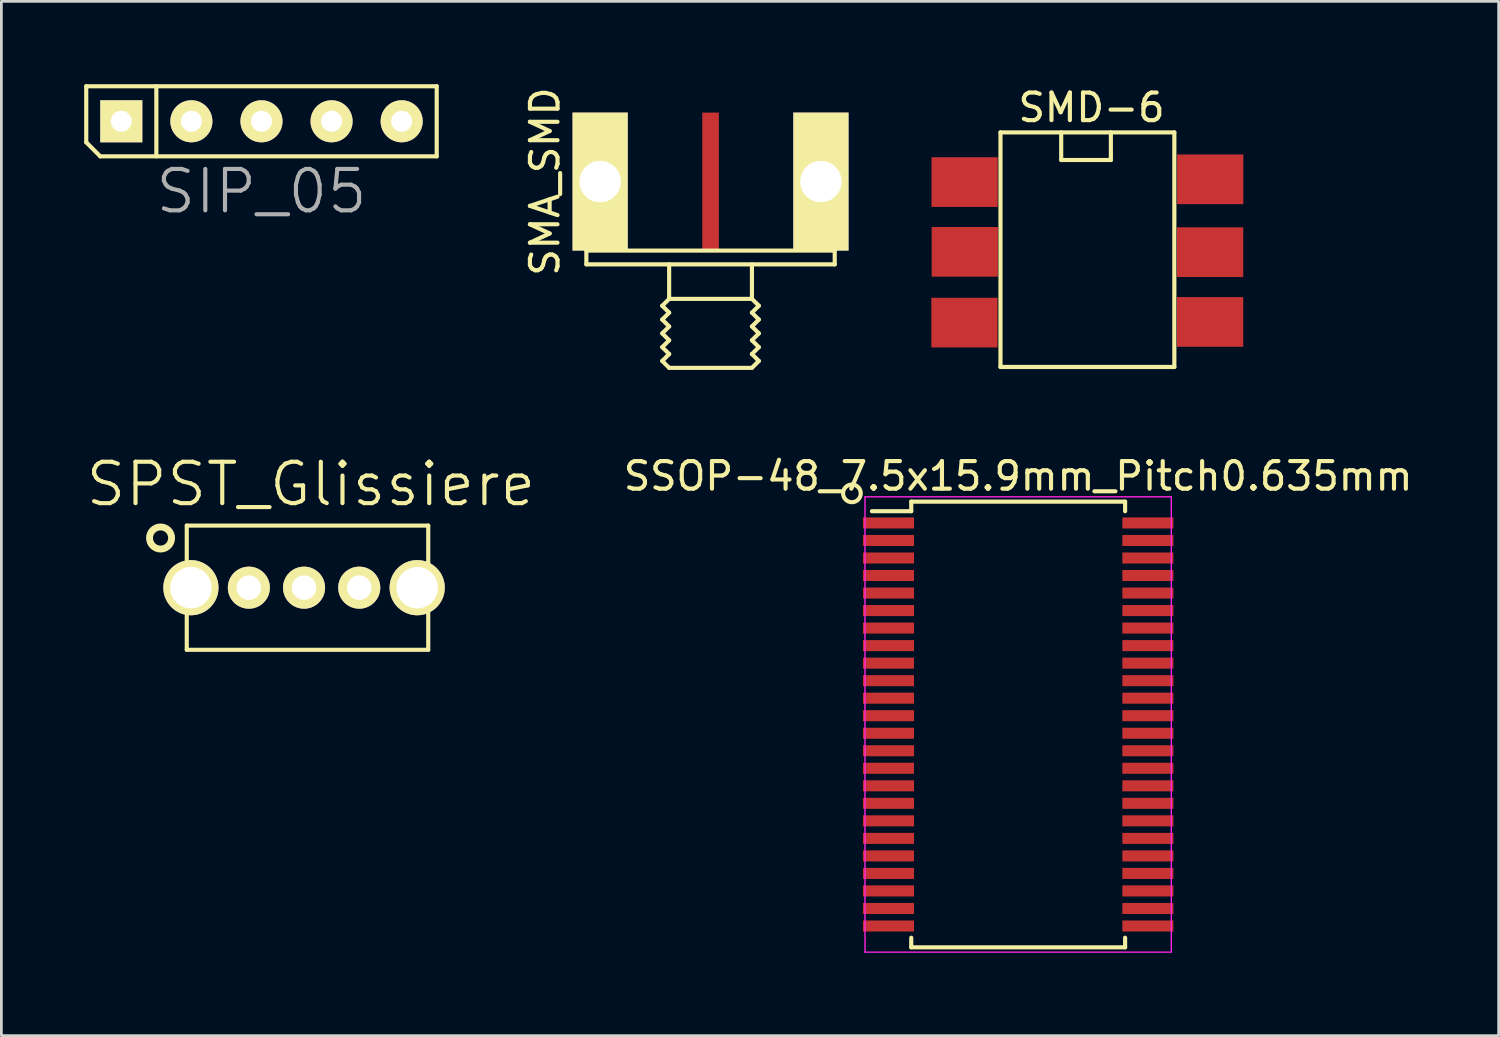
<source format=kicad_pcb>
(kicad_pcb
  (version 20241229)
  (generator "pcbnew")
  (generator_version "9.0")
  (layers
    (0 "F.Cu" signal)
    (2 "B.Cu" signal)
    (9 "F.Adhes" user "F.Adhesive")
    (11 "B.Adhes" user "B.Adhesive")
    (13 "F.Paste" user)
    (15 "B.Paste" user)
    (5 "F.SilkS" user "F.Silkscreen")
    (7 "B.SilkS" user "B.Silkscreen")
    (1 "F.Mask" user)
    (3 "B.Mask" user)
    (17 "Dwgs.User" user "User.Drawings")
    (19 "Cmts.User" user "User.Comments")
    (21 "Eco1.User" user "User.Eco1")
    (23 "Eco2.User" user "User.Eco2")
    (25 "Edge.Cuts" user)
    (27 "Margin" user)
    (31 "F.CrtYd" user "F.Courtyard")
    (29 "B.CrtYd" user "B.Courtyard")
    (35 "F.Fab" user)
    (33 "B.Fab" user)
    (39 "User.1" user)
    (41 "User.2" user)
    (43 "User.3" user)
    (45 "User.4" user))
  (footprint "SMD-6"
    (layer "F.Cu")
    (at 36.267 6.063)
    (property "Reference" "SMD-6" (at 0.238 -5.215 0) (layer "F.SilkS") (effects (font (size 1 1) (thickness 0.15))))
    (attr through_hole)
    (fp_line (start -3.062 -4.315) (end 3.238 -4.315) (stroke (width 0.15) (type solid)) (layer "F.SilkS"))
    (fp_line (start -3.062 4.185) (end -3.062 -4.315) (stroke (width 0.15) (type solid)) (layer "F.SilkS"))
    (fp_line (start -0.862 -4.315) (end -0.862 -3.315) (stroke (width 0.15) (type solid)) (layer "F.SilkS"))
    (fp_line (start -0.862 -3.315) (end 0.938 -3.315) (stroke (width 0.15) (type solid)) (layer "F.SilkS"))
    (fp_line (start 0.938 -3.315) (end 0.938 -4.315) (stroke (width 0.15) (type solid)) (layer "F.SilkS"))
    (fp_line (start 3.238 -4.315) (end 3.238 4.185) (stroke (width 0.15) (type solid)) (layer "F.SilkS"))
    (fp_line (start 3.238 4.185) (end -3.062 4.185) (stroke (width 0.15) (type solid)) (layer "F.SilkS"))
    (pad "1" smd rect (at -4.362 -2.515) (size 2.4 1.8) (layers "F.Cu" "F.Mask" "F.Paste"))
    (pad "2" smd rect (at -4.356 0.013) (size 2.4 1.8) (layers "F.Cu" "F.Mask" "F.Paste"))
    (pad "3" smd rect (at -4.369 2.578) (size 2.4 1.8) (layers "F.Cu" "F.Mask" "F.Paste"))
    (pad "4" smd rect (at 4.534 2.553) (size 2.4 1.8) (layers "F.Cu" "F.Mask" "F.Paste"))
    (pad "5" smd rect (at 4.534 0.025) (size 2.4 1.8) (layers "F.Cu" "F.Mask" "F.Paste"))
    (pad "6" smd rect (at 4.538 -2.615) (size 2.4 1.8) (layers "F.Cu" "F.Mask" "F.Paste")))
  (footprint "SPST_Glissiere"
    (layer "F.Cu")
    (at 7.968 18.246)
    (property "Reference" "SPST_Glissiere" (at 0.25 -3.75 0) (layer "F.SilkS") (effects (font (size 1.5 1.5) (thickness 0.15))))
    (attr through_hole)
    (fp_line (start -4.25 -2.25) (end 4.5 -2.25) (stroke (width 0.15) (type solid)) (layer "F.SilkS"))
    (fp_line (start -4.25 2.25) (end -4.25 -2.25) (stroke (width 0.15) (type solid)) (layer "F.SilkS"))
    (fp_line (start 4.5 -2.25) (end 4.5 2.25) (stroke (width 0.15) (type solid)) (layer "F.SilkS"))
    (fp_line (start 4.5 2.25) (end -4.25 2.25) (stroke (width 0.15) (type solid)) (layer "F.SilkS"))
    (fp_circle (center -5.2 -1.8) (end -4.8 -1.8) (stroke (width 0.25) (type solid)) (fill no) (layer "F.SilkS"))
    (pad "" np_thru_hole circle (at -4.1 0) (size 2 2) (drill 1.5) (layers "*.Cu" "*.Mask" "F.SilkS"))
    (pad "" np_thru_hole circle (at 4.1 0) (size 2 2) (drill 1.5) (layers "*.Cu" "*.Mask" "F.SilkS"))
    (pad "1" thru_hole circle (at -2 0) (size 1.524 1.524) (drill 0.889) (layers "*.Cu" "*.Mask" "F.SilkS"))
    (pad "2" thru_hole circle (at 0 0) (size 1.524 1.524) (drill 0.889) (layers "*.Cu" "*.Mask" "F.SilkS"))
    (pad "3" thru_hole circle (at 2 0) (size 1.524 1.524) (drill 0.889) (layers "*.Cu" "*.Mask" "F.SilkS")))
  (footprint "SIP_05"
    (layer "F.Cu")
    (at 6.425 1.345)
    (property "Reference" "SIP_05" (at 0 2.54 0) (layer "F.Fab") (effects (font (size 1.5 1.5) (thickness 0.15))))
    (attr through_hole)
    (fp_line (start -6.35 -1.27) (end -6.35 0.762) (stroke (width 0.15) (type solid)) (layer "F.SilkS"))
    (fp_line (start -6.35 0.762) (end -5.842 1.27) (stroke (width 0.15) (type solid)) (layer "F.SilkS"))
    (fp_line (start -5.842 1.27) (end 6.35 1.27) (stroke (width 0.15) (type solid)) (layer "F.SilkS"))
    (fp_line (start -3.81 -1.27) (end -3.81 1.27) (stroke (width 0.15) (type solid)) (layer "F.SilkS"))
    (fp_line (start 6.35 -1.27) (end -6.35 -1.27) (stroke (width 0.15) (type solid)) (layer "F.SilkS"))
    (fp_line (start 6.35 1.27) (end 6.35 -1.27) (stroke (width 0.15) (type solid)) (layer "F.SilkS"))
    (pad "1" thru_hole rect (at -5.08 0) (size 1.524 1.524) (drill 0.762) (layers "*.Cu" "*.Mask" "F.SilkS"))
    (pad "2" thru_hole circle (at -2.54 0) (size 1.524 1.524) (drill 0.762) (layers "*.Cu" "*.Mask" "F.SilkS"))
    (pad "3" thru_hole circle (at 0 0) (size 1.524 1.524) (drill 0.762) (layers "*.Cu" "*.Mask" "F.SilkS"))
    (pad "4" thru_hole circle (at 2.54 0) (size 1.524 1.524) (drill 0.762) (layers "*.Cu" "*.Mask" "F.SilkS"))
    (pad "5" thru_hole circle (at 5.08 0) (size 1.524 1.524) (drill 0.762) (layers "*.Cu" "*.Mask" "F.SilkS")))
  (footprint "SSOP-48_7.5x15.9mm_Pitch0.635mm"
    (layer "F.Cu")
    (at 33.846 23.203)
    (property "Reference" "SSOP-48_7.5x15.9mm_Pitch0.635mm" (at 0 -9 0) (layer "F.SilkS") (effects (font (size 1 1) (thickness 0.15))))
    (attr smd)
    (fp_line (start -3.875 -8.075) (end -3.875 -7.728) (stroke (width 0.15) (type solid)) (layer "F.SilkS"))
    (fp_line (start -3.875 -8.075) (end 3.875 -8.075) (stroke (width 0.15) (type solid)) (layer "F.SilkS"))
    (fp_line (start -3.875 -7.728) (end -5.3 -7.728) (stroke (width 0.15) (type solid)) (layer "F.SilkS"))
    (fp_line (start -3.875 8.075) (end -3.875 7.728) (stroke (width 0.15) (type solid)) (layer "F.SilkS"))
    (fp_line (start -3.875 8.075) (end 3.875 8.075) (stroke (width 0.15) (type solid)) (layer "F.SilkS"))
    (fp_line (start 3.875 -8.075) (end 3.875 -7.728) (stroke (width 0.15) (type solid)) (layer "F.SilkS"))
    (fp_line (start 3.875 8.075) (end 3.875 7.728) (stroke (width 0.15) (type solid)) (layer "F.SilkS"))
    (fp_circle (center -6.025 -8.375) (end -5.825 -8.125) (stroke (width 0.15) (type solid)) (fill no) (layer "F.SilkS"))
    (fp_line (start -5.55 -8.25) (end -5.55 8.25) (stroke (width 0.05) (type solid)) (layer "F.CrtYd"))
    (fp_line (start -5.55 -8.25) (end 5.55 -8.25) (stroke (width 0.05) (type solid)) (layer "F.CrtYd"))
    (fp_line (start -5.55 8.25) (end 5.55 8.25) (stroke (width 0.05) (type solid)) (layer "F.CrtYd"))
    (fp_line (start 5.55 -8.25) (end 5.55 8.25) (stroke (width 0.05) (type solid)) (layer "F.CrtYd"))
    (pad "1" smd rect (at -4.7 -7.303) (size 1.85 0.4) (layers "F.Cu" "F.Mask" "F.Paste"))
    (pad "2" smd rect (at -4.7 -6.668) (size 1.85 0.4) (layers "F.Cu" "F.Mask" "F.Paste"))
    (pad "3" smd rect (at -4.7 -6.032) (size 1.85 0.4) (layers "F.Cu" "F.Mask" "F.Paste"))
    (pad "4" smd rect (at -4.7 -5.397) (size 1.85 0.4) (layers "F.Cu" "F.Mask" "F.Paste"))
    (pad "5" smd rect (at -4.7 -4.763) (size 1.85 0.4) (layers "F.Cu" "F.Mask" "F.Paste"))
    (pad "6" smd rect (at -4.7 -4.128) (size 1.85 0.4) (layers "F.Cu" "F.Mask" "F.Paste"))
    (pad "7" smd rect (at -4.7 -3.493) (size 1.85 0.4) (layers "F.Cu" "F.Mask" "F.Paste"))
    (pad "8" smd rect (at -4.7 -2.857) (size 1.85 0.4) (layers "F.Cu" "F.Mask" "F.Paste"))
    (pad "9" smd rect (at -4.7 -2.223) (size 1.85 0.4) (layers "F.Cu" "F.Mask" "F.Paste"))
    (pad "10" smd rect (at -4.7 -1.587) (size 1.85 0.4) (layers "F.Cu" "F.Mask" "F.Paste"))
    (pad "11" smd rect (at -4.7 -0.953) (size 1.85 0.4) (layers "F.Cu" "F.Mask" "F.Paste"))
    (pad "12" smd rect (at -4.7 -0.318) (size 1.85 0.4) (layers "F.Cu" "F.Mask" "F.Paste"))
    (pad "13" smd rect (at -4.7 0.318) (size 1.85 0.4) (layers "F.Cu" "F.Mask" "F.Paste"))
    (pad "14" smd rect (at -4.7 0.953) (size 1.85 0.4) (layers "F.Cu" "F.Mask" "F.Paste"))
    (pad "15" smd rect (at -4.7 1.587) (size 1.85 0.4) (layers "F.Cu" "F.Mask" "F.Paste"))
    (pad "16" smd rect (at -4.7 2.223) (size 1.85 0.4) (layers "F.Cu" "F.Mask" "F.Paste"))
    (pad "17" smd rect (at -4.7 2.857) (size 1.85 0.4) (layers "F.Cu" "F.Mask" "F.Paste"))
    (pad "18" smd rect (at -4.7 3.493) (size 1.85 0.4) (layers "F.Cu" "F.Mask" "F.Paste"))
    (pad "19" smd rect (at -4.7 4.128) (size 1.85 0.4) (layers "F.Cu" "F.Mask" "F.Paste"))
    (pad "20" smd rect (at -4.7 4.763) (size 1.85 0.4) (layers "F.Cu" "F.Mask" "F.Paste"))
    (pad "21" smd rect (at -4.7 5.397) (size 1.85 0.4) (layers "F.Cu" "F.Mask" "F.Paste"))
    (pad "22" smd rect (at -4.7 6.032) (size 1.85 0.4) (layers "F.Cu" "F.Mask" "F.Paste"))
    (pad "23" smd rect (at -4.7 6.668) (size 1.85 0.4) (layers "F.Cu" "F.Mask" "F.Paste"))
    (pad "24" smd rect (at -4.7 7.303) (size 1.85 0.4) (layers "F.Cu" "F.Mask" "F.Paste"))
    (pad "25" smd rect (at 4.7 7.303) (size 1.85 0.4) (layers "F.Cu" "F.Mask" "F.Paste"))
    (pad "26" smd rect (at 4.7 6.668) (size 1.85 0.4) (layers "F.Cu" "F.Mask" "F.Paste"))
    (pad "27" smd rect (at 4.7 6.032) (size 1.85 0.4) (layers "F.Cu" "F.Mask" "F.Paste"))
    (pad "28" smd rect (at 4.7 5.397) (size 1.85 0.4) (layers "F.Cu" "F.Mask" "F.Paste"))
    (pad "29" smd rect (at 4.7 4.763) (size 1.85 0.4) (layers "F.Cu" "F.Mask" "F.Paste"))
    (pad "30" smd rect (at 4.7 4.128) (size 1.85 0.4) (layers "F.Cu" "F.Mask" "F.Paste"))
    (pad "31" smd rect (at 4.7 3.493) (size 1.85 0.4) (layers "F.Cu" "F.Mask" "F.Paste"))
    (pad "32" smd rect (at 4.7 2.857) (size 1.85 0.4) (layers "F.Cu" "F.Mask" "F.Paste"))
    (pad "33" smd rect (at 4.7 2.223) (size 1.85 0.4) (layers "F.Cu" "F.Mask" "F.Paste"))
    (pad "34" smd rect (at 4.7 1.587) (size 1.85 0.4) (layers "F.Cu" "F.Mask" "F.Paste"))
    (pad "35" smd rect (at 4.7 0.953) (size 1.85 0.4) (layers "F.Cu" "F.Mask" "F.Paste"))
    (pad "36" smd rect (at 4.7 0.318) (size 1.85 0.4) (layers "F.Cu" "F.Mask" "F.Paste"))
    (pad "37" smd rect (at 4.7 -0.318) (size 1.85 0.4) (layers "F.Cu" "F.Mask" "F.Paste"))
    (pad "38" smd rect (at 4.7 -0.953) (size 1.85 0.4) (layers "F.Cu" "F.Mask" "F.Paste"))
    (pad "39" smd rect (at 4.7 -1.587) (size 1.85 0.4) (layers "F.Cu" "F.Mask" "F.Paste"))
    (pad "40" smd rect (at 4.7 -2.223) (size 1.85 0.4) (layers "F.Cu" "F.Mask" "F.Paste"))
    (pad "41" smd rect (at 4.7 -2.857) (size 1.85 0.4) (layers "F.Cu" "F.Mask" "F.Paste"))
    (pad "42" smd rect (at 4.7 -3.493) (size 1.85 0.4) (layers "F.Cu" "F.Mask" "F.Paste"))
    (pad "43" smd rect (at 4.7 -4.128) (size 1.85 0.4) (layers "F.Cu" "F.Mask" "F.Paste"))
    (pad "44" smd rect (at 4.7 -4.763) (size 1.85 0.4) (layers "F.Cu" "F.Mask" "F.Paste"))
    (pad "45" smd rect (at 4.7 -5.397) (size 1.85 0.4) (layers "F.Cu" "F.Mask" "F.Paste"))
    (pad "46" smd rect (at 4.7 -6.032) (size 1.85 0.4) (layers "F.Cu" "F.Mask" "F.Paste"))
    (pad "47" smd rect (at 4.7 -6.668) (size 1.85 0.4) (layers "F.Cu" "F.Mask" "F.Paste"))
    (pad "48" smd rect (at 4.7 -7.303) (size 1.85 0.4) (layers "F.Cu" "F.Mask" "F.Paste")))
  (footprint "SMA_SMD"
    (layer "F.Cu")
    (at 22.698 6.28)
    (property "Reference" "SMA_SMD" (at -6 -2.75 90) (layer "F.SilkS") (effects (font (size 1 1) (thickness 0.15))))
    (attr through_hole)
    (fp_line (start -4.5 -0.25) (end 4.5 -0.25) (stroke (width 0.15) (type solid)) (layer "F.SilkS"))
    (fp_line (start -4.5 0.25) (end -4.5 -0.25) (stroke (width 0.15) (type solid)) (layer "F.SilkS"))
    (fp_line (start -1.75 1.75) (end -1.5 2) (stroke (width 0.15) (type solid)) (layer "F.SilkS"))
    (fp_line (start -1.75 2.25) (end -1.5 2.5) (stroke (width 0.15) (type solid)) (layer "F.SilkS"))
    (fp_line (start -1.75 2.75) (end -1.5 3) (stroke (width 0.15) (type solid)) (layer "F.SilkS"))
    (fp_line (start -1.75 3.25) (end -1.5 3.5) (stroke (width 0.15) (type solid)) (layer "F.SilkS"))
    (fp_line (start -1.75 3.75) (end -1.5 4) (stroke (width 0.15) (type solid)) (layer "F.SilkS"))
    (fp_line (start -1.5 0.25) (end -1.5 1.5) (stroke (width 0.15) (type solid)) (layer "F.SilkS"))
    (fp_line (start -1.5 1.5) (end -1.75 1.75) (stroke (width 0.15) (type solid)) (layer "F.SilkS"))
    (fp_line (start -1.5 1.5) (end 1.5 1.5) (stroke (width 0.15) (type solid)) (layer "F.SilkS"))
    (fp_line (start -1.5 2) (end -1.75 2.25) (stroke (width 0.15) (type solid)) (layer "F.SilkS"))
    (fp_line (start -1.5 2.5) (end -1.75 2.75) (stroke (width 0.15) (type solid)) (layer "F.SilkS"))
    (fp_line (start -1.5 3) (end -1.75 3.25) (stroke (width 0.15) (type solid)) (layer "F.SilkS"))
    (fp_line (start -1.5 3.5) (end -1.75 3.75) (stroke (width 0.15) (type solid)) (layer "F.SilkS"))
    (fp_line (start -1.5 4) (end 1.5 4) (stroke (width 0.15) (type solid)) (layer "F.SilkS"))
    (fp_line (start 1.5 1.5) (end 1.5 0.25) (stroke (width 0.15) (type solid)) (layer "F.SilkS"))
    (fp_line (start 1.5 2) (end 1.75 1.75) (stroke (width 0.15) (type solid)) (layer "F.SilkS"))
    (fp_line (start 1.5 2.5) (end 1.75 2.25) (stroke (width 0.15) (type solid)) (layer "F.SilkS"))
    (fp_line (start 1.5 3) (end 1.75 2.75) (stroke (width 0.15) (type solid)) (layer "F.SilkS"))
    (fp_line (start 1.5 3.5) (end 1.75 3.25) (stroke (width 0.15) (type solid)) (layer "F.SilkS"))
    (fp_line (start 1.5 4) (end 1.75 3.75) (stroke (width 0.15) (type solid)) (layer "F.SilkS"))
    (fp_line (start 1.75 1.75) (end 1.5 1.5) (stroke (width 0.15) (type solid)) (layer "F.SilkS"))
    (fp_line (start 1.75 2.25) (end 1.5 2) (stroke (width 0.15) (type solid)) (layer "F.SilkS"))
    (fp_line (start 1.75 2.75) (end 1.5 2.5) (stroke (width 0.15) (type solid)) (layer "F.SilkS"))
    (fp_line (start 1.75 3.25) (end 1.5 3) (stroke (width 0.15) (type solid)) (layer "F.SilkS"))
    (fp_line (start 1.75 3.75) (end 1.5 3.5) (stroke (width 0.15) (type solid)) (layer "F.SilkS"))
    (fp_line (start 4.5 -0.25) (end 4.5 0.25) (stroke (width 0.15) (type solid)) (layer "F.SilkS"))
    (fp_line (start 4.5 0.25) (end -4.5 0.25) (stroke (width 0.15) (type solid)) (layer "F.SilkS"))
    (pad "1" smd rect (at 0 -2.75) (size 0.6 5) (layers "F.Cu" "F.Mask" "F.Paste"))
    (pad "2" thru_hole rect (at -4 -2.75) (size 2 5) (drill 1.5) (layers "*.Cu" "*.Mask" "F.SilkS"))
    (pad "2" thru_hole rect (at 4 -2.75) (size 2 5) (drill 1.5) (layers "*.Cu" "*.Mask" "F.SilkS")))
  (gr_rect
    (start -3 -3)
    (end 51.257 34.478)
    (stroke (width 0.1) (type default))
    (fill no)
    (layer "Edge.Cuts")))
</source>
